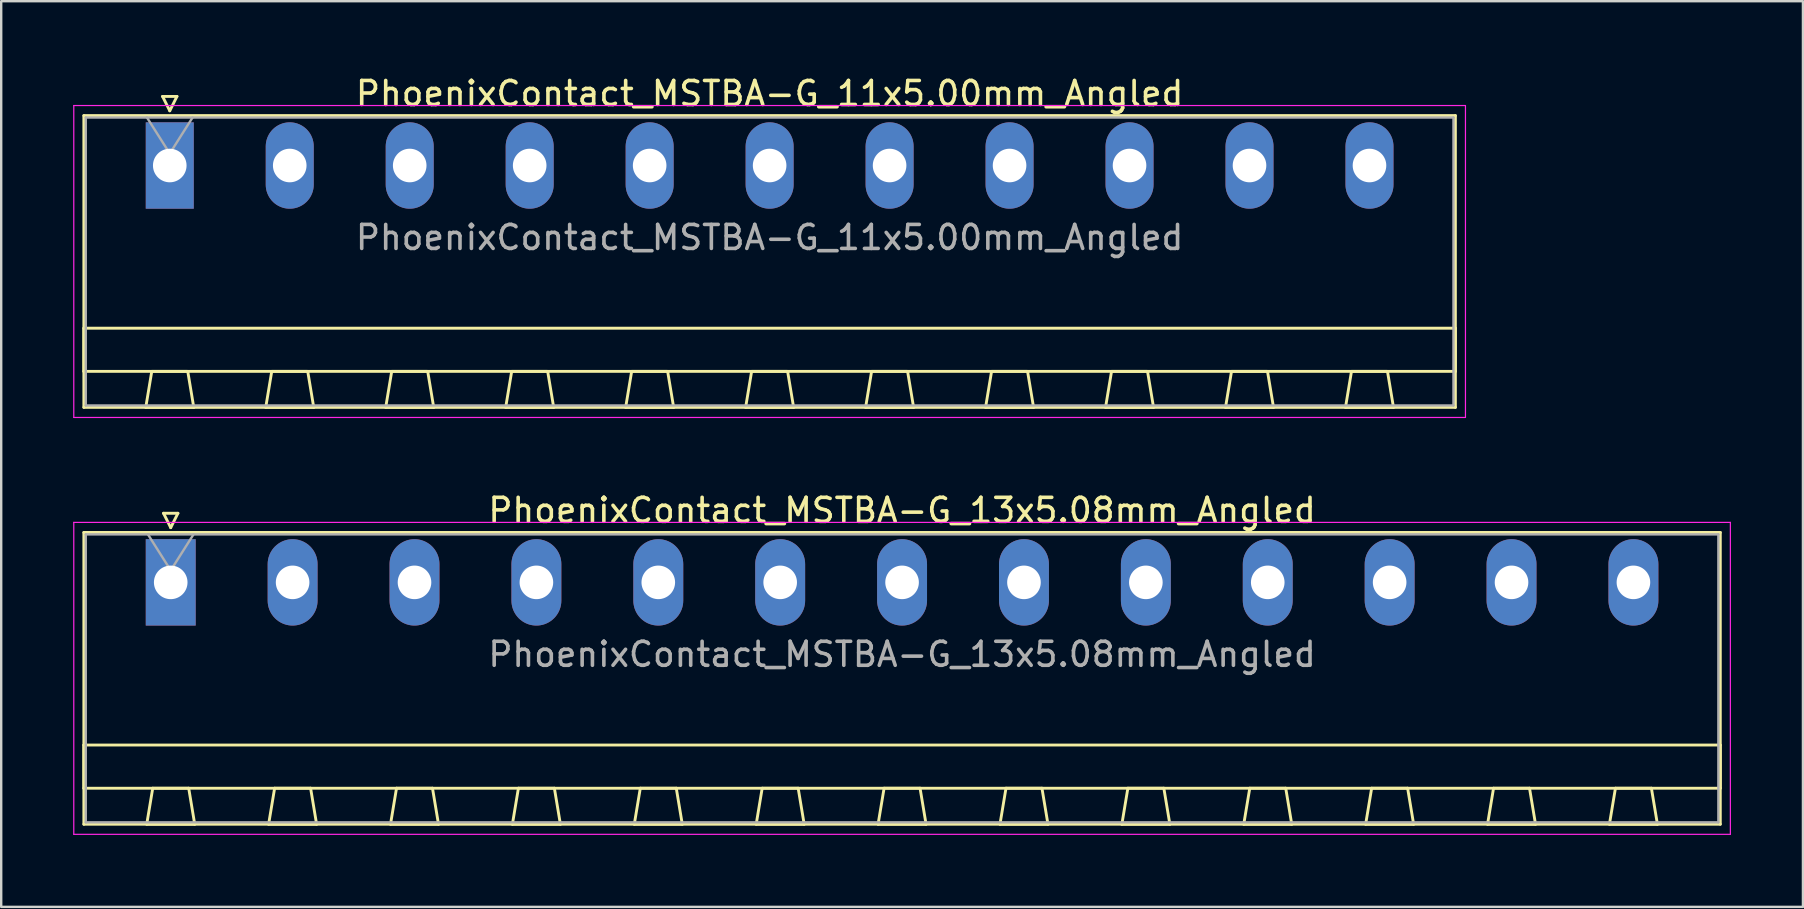
<source format=kicad_pcb>
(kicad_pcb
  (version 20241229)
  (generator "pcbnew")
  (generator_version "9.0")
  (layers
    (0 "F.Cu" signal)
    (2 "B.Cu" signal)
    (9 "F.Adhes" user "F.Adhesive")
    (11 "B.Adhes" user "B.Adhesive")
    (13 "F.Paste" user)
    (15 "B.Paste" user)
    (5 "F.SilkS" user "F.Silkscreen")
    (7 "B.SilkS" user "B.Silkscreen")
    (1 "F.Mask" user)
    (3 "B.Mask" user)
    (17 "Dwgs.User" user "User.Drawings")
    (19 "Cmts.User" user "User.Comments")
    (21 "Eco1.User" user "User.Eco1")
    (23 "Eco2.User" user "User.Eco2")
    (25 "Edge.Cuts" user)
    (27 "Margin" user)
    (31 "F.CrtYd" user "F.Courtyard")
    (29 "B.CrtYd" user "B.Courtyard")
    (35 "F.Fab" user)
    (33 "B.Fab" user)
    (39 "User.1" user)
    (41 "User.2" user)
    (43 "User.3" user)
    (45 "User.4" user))
  (footprint "PhoenixContact_MSTBA-G_13x5.08mm_Angled"
    (layer "F.Cu")
    (at 4.065 21.221)
    (property "Reference" "PhoenixContact_MSTBA-G_13x5.08mm_Angled" (at 30.48 -3 0) (layer "F.SilkS") (effects (font (size 1 1) (thickness 0.15))))
    (attr through_hole)
    (fp_line (start -3.62 -2.08) (end -3.62 10.08) (stroke (width 0.12) (type solid)) (layer "F.SilkS"))
    (fp_line (start -3.62 6.78) (end 64.58 6.78) (stroke (width 0.12) (type solid)) (layer "F.SilkS"))
    (fp_line (start -3.62 8.58) (end -3.62 6.78) (stroke (width 0.12) (type solid)) (layer "F.SilkS"))
    (fp_line (start -3.62 10.08) (end 64.58 10.08) (stroke (width 0.12) (type solid)) (layer "F.SilkS"))
    (fp_line (start -1 10.08) (end 1 10.08) (stroke (width 0.12) (type solid)) (layer "F.SilkS"))
    (fp_line (start -0.75 8.58) (end -1 10.08) (stroke (width 0.12) (type solid)) (layer "F.SilkS"))
    (fp_line (start -0.3 -2.88) (end 0.3 -2.88) (stroke (width 0.12) (type solid)) (layer "F.SilkS"))
    (fp_line (start 0 -2.28) (end -0.3 -2.88) (stroke (width 0.12) (type solid)) (layer "F.SilkS"))
    (fp_line (start 0.3 -2.88) (end 0 -2.28) (stroke (width 0.12) (type solid)) (layer "F.SilkS"))
    (fp_line (start 0.75 8.58) (end -0.75 8.58) (stroke (width 0.12) (type solid)) (layer "F.SilkS"))
    (fp_line (start 1 10.08) (end 0.75 8.58) (stroke (width 0.12) (type solid)) (layer "F.SilkS"))
    (fp_line (start 4.08 10.08) (end 6.08 10.08) (stroke (width 0.12) (type solid)) (layer "F.SilkS"))
    (fp_line (start 4.33 8.58) (end 4.08 10.08) (stroke (width 0.12) (type solid)) (layer "F.SilkS"))
    (fp_line (start 5.83 8.58) (end 4.33 8.58) (stroke (width 0.12) (type solid)) (layer "F.SilkS"))
    (fp_line (start 6.08 10.08) (end 5.83 8.58) (stroke (width 0.12) (type solid)) (layer "F.SilkS"))
    (fp_line (start 9.16 10.08) (end 11.16 10.08) (stroke (width 0.12) (type solid)) (layer "F.SilkS"))
    (fp_line (start 9.41 8.58) (end 9.16 10.08) (stroke (width 0.12) (type solid)) (layer "F.SilkS"))
    (fp_line (start 10.91 8.58) (end 9.41 8.58) (stroke (width 0.12) (type solid)) (layer "F.SilkS"))
    (fp_line (start 11.16 10.08) (end 10.91 8.58) (stroke (width 0.12) (type solid)) (layer "F.SilkS"))
    (fp_line (start 14.24 10.08) (end 16.24 10.08) (stroke (width 0.12) (type solid)) (layer "F.SilkS"))
    (fp_line (start 14.49 8.58) (end 14.24 10.08) (stroke (width 0.12) (type solid)) (layer "F.SilkS"))
    (fp_line (start 15.99 8.58) (end 14.49 8.58) (stroke (width 0.12) (type solid)) (layer "F.SilkS"))
    (fp_line (start 16.24 10.08) (end 15.99 8.58) (stroke (width 0.12) (type solid)) (layer "F.SilkS"))
    (fp_line (start 19.32 10.08) (end 21.32 10.08) (stroke (width 0.12) (type solid)) (layer "F.SilkS"))
    (fp_line (start 19.57 8.58) (end 19.32 10.08) (stroke (width 0.12) (type solid)) (layer "F.SilkS"))
    (fp_line (start 21.07 8.58) (end 19.57 8.58) (stroke (width 0.12) (type solid)) (layer "F.SilkS"))
    (fp_line (start 21.32 10.08) (end 21.07 8.58) (stroke (width 0.12) (type solid)) (layer "F.SilkS"))
    (fp_line (start 24.4 10.08) (end 26.4 10.08) (stroke (width 0.12) (type solid)) (layer "F.SilkS"))
    (fp_line (start 24.65 8.58) (end 24.4 10.08) (stroke (width 0.12) (type solid)) (layer "F.SilkS"))
    (fp_line (start 26.15 8.58) (end 24.65 8.58) (stroke (width 0.12) (type solid)) (layer "F.SilkS"))
    (fp_line (start 26.4 10.08) (end 26.15 8.58) (stroke (width 0.12) (type solid)) (layer "F.SilkS"))
    (fp_line (start 29.48 10.08) (end 31.48 10.08) (stroke (width 0.12) (type solid)) (layer "F.SilkS"))
    (fp_line (start 29.73 8.58) (end 29.48 10.08) (stroke (width 0.12) (type solid)) (layer "F.SilkS"))
    (fp_line (start 31.23 8.58) (end 29.73 8.58) (stroke (width 0.12) (type solid)) (layer "F.SilkS"))
    (fp_line (start 31.48 10.08) (end 31.23 8.58) (stroke (width 0.12) (type solid)) (layer "F.SilkS"))
    (fp_line (start 34.56 10.08) (end 36.56 10.08) (stroke (width 0.12) (type solid)) (layer "F.SilkS"))
    (fp_line (start 34.81 8.58) (end 34.56 10.08) (stroke (width 0.12) (type solid)) (layer "F.SilkS"))
    (fp_line (start 36.31 8.58) (end 34.81 8.58) (stroke (width 0.12) (type solid)) (layer "F.SilkS"))
    (fp_line (start 36.56 10.08) (end 36.31 8.58) (stroke (width 0.12) (type solid)) (layer "F.SilkS"))
    (fp_line (start 39.64 10.08) (end 41.64 10.08) (stroke (width 0.12) (type solid)) (layer "F.SilkS"))
    (fp_line (start 39.89 8.58) (end 39.64 10.08) (stroke (width 0.12) (type solid)) (layer "F.SilkS"))
    (fp_line (start 41.39 8.58) (end 39.89 8.58) (stroke (width 0.12) (type solid)) (layer "F.SilkS"))
    (fp_line (start 41.64 10.08) (end 41.39 8.58) (stroke (width 0.12) (type solid)) (layer "F.SilkS"))
    (fp_line (start 44.72 10.08) (end 46.72 10.08) (stroke (width 0.12) (type solid)) (layer "F.SilkS"))
    (fp_line (start 44.97 8.58) (end 44.72 10.08) (stroke (width 0.12) (type solid)) (layer "F.SilkS"))
    (fp_line (start 46.47 8.58) (end 44.97 8.58) (stroke (width 0.12) (type solid)) (layer "F.SilkS"))
    (fp_line (start 46.72 10.08) (end 46.47 8.58) (stroke (width 0.12) (type solid)) (layer "F.SilkS"))
    (fp_line (start 49.8 10.08) (end 51.8 10.08) (stroke (width 0.12) (type solid)) (layer "F.SilkS"))
    (fp_line (start 50.05 8.58) (end 49.8 10.08) (stroke (width 0.12) (type solid)) (layer "F.SilkS"))
    (fp_line (start 51.55 8.58) (end 50.05 8.58) (stroke (width 0.12) (type solid)) (layer "F.SilkS"))
    (fp_line (start 51.8 10.08) (end 51.55 8.58) (stroke (width 0.12) (type solid)) (layer "F.SilkS"))
    (fp_line (start 54.88 10.08) (end 56.88 10.08) (stroke (width 0.12) (type solid)) (layer "F.SilkS"))
    (fp_line (start 55.13 8.58) (end 54.88 10.08) (stroke (width 0.12) (type solid)) (layer "F.SilkS"))
    (fp_line (start 56.63 8.58) (end 55.13 8.58) (stroke (width 0.12) (type solid)) (layer "F.SilkS"))
    (fp_line (start 56.88 10.08) (end 56.63 8.58) (stroke (width 0.12) (type solid)) (layer "F.SilkS"))
    (fp_line (start 59.96 10.08) (end 61.96 10.08) (stroke (width 0.12) (type solid)) (layer "F.SilkS"))
    (fp_line (start 60.21 8.58) (end 59.96 10.08) (stroke (width 0.12) (type solid)) (layer "F.SilkS"))
    (fp_line (start 61.71 8.58) (end 60.21 8.58) (stroke (width 0.12) (type solid)) (layer "F.SilkS"))
    (fp_line (start 61.96 10.08) (end 61.71 8.58) (stroke (width 0.12) (type solid)) (layer "F.SilkS"))
    (fp_line (start 64.58 -2.08) (end -3.62 -2.08) (stroke (width 0.12) (type solid)) (layer "F.SilkS"))
    (fp_line (start 64.58 6.78) (end 64.58 8.58) (stroke (width 0.12) (type solid)) (layer "F.SilkS"))
    (fp_line (start 64.58 8.58) (end -3.62 8.58) (stroke (width 0.12) (type solid)) (layer "F.SilkS"))
    (fp_line (start 64.58 10.08) (end 64.58 -2.08) (stroke (width 0.12) (type solid)) (layer "F.SilkS"))
    (fp_line (start -4.04 -2.5) (end -4.04 10.5) (stroke (width 0.05) (type solid)) (layer "F.CrtYd"))
    (fp_line (start -4.04 10.5) (end 65 10.5) (stroke (width 0.05) (type solid)) (layer "F.CrtYd"))
    (fp_line (start 65 -2.5) (end -4.04 -2.5) (stroke (width 0.05) (type solid)) (layer "F.CrtYd"))
    (fp_line (start 65 10.5) (end 65 -2.5) (stroke (width 0.05) (type solid)) (layer "F.CrtYd"))
    (fp_line (start -3.54 -2) (end -3.54 10) (stroke (width 0.1) (type solid)) (layer "F.Fab"))
    (fp_line (start -3.54 10) (end 64.5 10) (stroke (width 0.1) (type solid)) (layer "F.Fab"))
    (fp_line (start 0 -0.5) (end -0.95 -2) (stroke (width 0.1) (type solid)) (layer "F.Fab"))
    (fp_line (start 0.95 -2) (end 0 -0.5) (stroke (width 0.1) (type solid)) (layer "F.Fab"))
    (fp_line (start 64.5 -2) (end -3.54 -2) (stroke (width 0.1) (type solid)) (layer "F.Fab"))
    (fp_line (start 64.5 10) (end 64.5 -2) (stroke (width 0.1) (type solid)) (layer "F.Fab"))
    (fp_text user "${REFERENCE}" (at 30.48 3 0) (layer "F.Fab") (effects (font (size 1 1) (thickness 0.15))))
    (pad "1" thru_hole rect (at 0 0) (size 2.08 3.6) (drill 1.4) (layers "*.Cu" "*.Mask"))
    (pad "2" thru_hole oval (at 5.08 0) (size 2.08 3.6) (drill 1.4) (layers "*.Cu" "*.Mask"))
    (pad "3" thru_hole oval (at 10.16 0) (size 2.08 3.6) (drill 1.4) (layers "*.Cu" "*.Mask"))
    (pad "4" thru_hole oval (at 15.24 0) (size 2.08 3.6) (drill 1.4) (layers "*.Cu" "*.Mask"))
    (pad "5" thru_hole oval (at 20.32 0) (size 2.08 3.6) (drill 1.4) (layers "*.Cu" "*.Mask"))
    (pad "6" thru_hole oval (at 25.4 0) (size 2.08 3.6) (drill 1.4) (layers "*.Cu" "*.Mask"))
    (pad "7" thru_hole oval (at 30.48 0) (size 2.08 3.6) (drill 1.4) (layers "*.Cu" "*.Mask"))
    (pad "8" thru_hole oval (at 35.56 0) (size 2.08 3.6) (drill 1.4) (layers "*.Cu" "*.Mask"))
    (pad "9" thru_hole oval (at 40.64 0) (size 2.08 3.6) (drill 1.4) (layers "*.Cu" "*.Mask"))
    (pad "10" thru_hole oval (at 45.72 0) (size 2.08 3.6) (drill 1.4) (layers "*.Cu" "*.Mask"))
    (pad "11" thru_hole oval (at 50.8 0) (size 2.08 3.6) (drill 1.4) (layers "*.Cu" "*.Mask"))
    (pad "12" thru_hole oval (at 55.88 0) (size 2.08 3.6) (drill 1.4) (layers "*.Cu" "*.Mask"))
    (pad "13" thru_hole oval (at 60.96 0) (size 2.08 3.6) (drill 1.4) (layers "*.Cu" "*.Mask")))
  (footprint "PhoenixContact_MSTBA-G_11x5.00mm_Angled"
    (layer "F.Cu")
    (at 4.025 3.848)
    (property "Reference" "PhoenixContact_MSTBA-G_11x5.00mm_Angled" (at 25 -3 0) (layer "F.SilkS") (effects (font (size 1 1) (thickness 0.15))))
    (attr through_hole)
    (fp_line (start -3.58 -2.08) (end -3.58 10.08) (stroke (width 0.12) (type solid)) (layer "F.SilkS"))
    (fp_line (start -3.58 6.78) (end 53.58 6.78) (stroke (width 0.12) (type solid)) (layer "F.SilkS"))
    (fp_line (start -3.58 8.58) (end -3.58 6.78) (stroke (width 0.12) (type solid)) (layer "F.SilkS"))
    (fp_line (start -3.58 10.08) (end 53.58 10.08) (stroke (width 0.12) (type solid)) (layer "F.SilkS"))
    (fp_line (start -1 10.08) (end 1 10.08) (stroke (width 0.12) (type solid)) (layer "F.SilkS"))
    (fp_line (start -0.75 8.58) (end -1 10.08) (stroke (width 0.12) (type solid)) (layer "F.SilkS"))
    (fp_line (start -0.3 -2.88) (end 0.3 -2.88) (stroke (width 0.12) (type solid)) (layer "F.SilkS"))
    (fp_line (start 0 -2.28) (end -0.3 -2.88) (stroke (width 0.12) (type solid)) (layer "F.SilkS"))
    (fp_line (start 0.3 -2.88) (end 0 -2.28) (stroke (width 0.12) (type solid)) (layer "F.SilkS"))
    (fp_line (start 0.75 8.58) (end -0.75 8.58) (stroke (width 0.12) (type solid)) (layer "F.SilkS"))
    (fp_line (start 1 10.08) (end 0.75 8.58) (stroke (width 0.12) (type solid)) (layer "F.SilkS"))
    (fp_line (start 4 10.08) (end 6 10.08) (stroke (width 0.12) (type solid)) (layer "F.SilkS"))
    (fp_line (start 4.25 8.58) (end 4 10.08) (stroke (width 0.12) (type solid)) (layer "F.SilkS"))
    (fp_line (start 5.75 8.58) (end 4.25 8.58) (stroke (width 0.12) (type solid)) (layer "F.SilkS"))
    (fp_line (start 6 10.08) (end 5.75 8.58) (stroke (width 0.12) (type solid)) (layer "F.SilkS"))
    (fp_line (start 9 10.08) (end 11 10.08) (stroke (width 0.12) (type solid)) (layer "F.SilkS"))
    (fp_line (start 9.25 8.58) (end 9 10.08) (stroke (width 0.12) (type solid)) (layer "F.SilkS"))
    (fp_line (start 10.75 8.58) (end 9.25 8.58) (stroke (width 0.12) (type solid)) (layer "F.SilkS"))
    (fp_line (start 11 10.08) (end 10.75 8.58) (stroke (width 0.12) (type solid)) (layer "F.SilkS"))
    (fp_line (start 14 10.08) (end 16 10.08) (stroke (width 0.12) (type solid)) (layer "F.SilkS"))
    (fp_line (start 14.25 8.58) (end 14 10.08) (stroke (width 0.12) (type solid)) (layer "F.SilkS"))
    (fp_line (start 15.75 8.58) (end 14.25 8.58) (stroke (width 0.12) (type solid)) (layer "F.SilkS"))
    (fp_line (start 16 10.08) (end 15.75 8.58) (stroke (width 0.12) (type solid)) (layer "F.SilkS"))
    (fp_line (start 19 10.08) (end 21 10.08) (stroke (width 0.12) (type solid)) (layer "F.SilkS"))
    (fp_line (start 19.25 8.58) (end 19 10.08) (stroke (width 0.12) (type solid)) (layer "F.SilkS"))
    (fp_line (start 20.75 8.58) (end 19.25 8.58) (stroke (width 0.12) (type solid)) (layer "F.SilkS"))
    (fp_line (start 21 10.08) (end 20.75 8.58) (stroke (width 0.12) (type solid)) (layer "F.SilkS"))
    (fp_line (start 24 10.08) (end 26 10.08) (stroke (width 0.12) (type solid)) (layer "F.SilkS"))
    (fp_line (start 24.25 8.58) (end 24 10.08) (stroke (width 0.12) (type solid)) (layer "F.SilkS"))
    (fp_line (start 25.75 8.58) (end 24.25 8.58) (stroke (width 0.12) (type solid)) (layer "F.SilkS"))
    (fp_line (start 26 10.08) (end 25.75 8.58) (stroke (width 0.12) (type solid)) (layer "F.SilkS"))
    (fp_line (start 29 10.08) (end 31 10.08) (stroke (width 0.12) (type solid)) (layer "F.SilkS"))
    (fp_line (start 29.25 8.58) (end 29 10.08) (stroke (width 0.12) (type solid)) (layer "F.SilkS"))
    (fp_line (start 30.75 8.58) (end 29.25 8.58) (stroke (width 0.12) (type solid)) (layer "F.SilkS"))
    (fp_line (start 31 10.08) (end 30.75 8.58) (stroke (width 0.12) (type solid)) (layer "F.SilkS"))
    (fp_line (start 34 10.08) (end 36 10.08) (stroke (width 0.12) (type solid)) (layer "F.SilkS"))
    (fp_line (start 34.25 8.58) (end 34 10.08) (stroke (width 0.12) (type solid)) (layer "F.SilkS"))
    (fp_line (start 35.75 8.58) (end 34.25 8.58) (stroke (width 0.12) (type solid)) (layer "F.SilkS"))
    (fp_line (start 36 10.08) (end 35.75 8.58) (stroke (width 0.12) (type solid)) (layer "F.SilkS"))
    (fp_line (start 39 10.08) (end 41 10.08) (stroke (width 0.12) (type solid)) (layer "F.SilkS"))
    (fp_line (start 39.25 8.58) (end 39 10.08) (stroke (width 0.12) (type solid)) (layer "F.SilkS"))
    (fp_line (start 40.75 8.58) (end 39.25 8.58) (stroke (width 0.12) (type solid)) (layer "F.SilkS"))
    (fp_line (start 41 10.08) (end 40.75 8.58) (stroke (width 0.12) (type solid)) (layer "F.SilkS"))
    (fp_line (start 44 10.08) (end 46 10.08) (stroke (width 0.12) (type solid)) (layer "F.SilkS"))
    (fp_line (start 44.25 8.58) (end 44 10.08) (stroke (width 0.12) (type solid)) (layer "F.SilkS"))
    (fp_line (start 45.75 8.58) (end 44.25 8.58) (stroke (width 0.12) (type solid)) (layer "F.SilkS"))
    (fp_line (start 46 10.08) (end 45.75 8.58) (stroke (width 0.12) (type solid)) (layer "F.SilkS"))
    (fp_line (start 49 10.08) (end 51 10.08) (stroke (width 0.12) (type solid)) (layer "F.SilkS"))
    (fp_line (start 49.25 8.58) (end 49 10.08) (stroke (width 0.12) (type solid)) (layer "F.SilkS"))
    (fp_line (start 50.75 8.58) (end 49.25 8.58) (stroke (width 0.12) (type solid)) (layer "F.SilkS"))
    (fp_line (start 51 10.08) (end 50.75 8.58) (stroke (width 0.12) (type solid)) (layer "F.SilkS"))
    (fp_line (start 53.58 -2.08) (end -3.58 -2.08) (stroke (width 0.12) (type solid)) (layer "F.SilkS"))
    (fp_line (start 53.58 6.78) (end 53.58 8.58) (stroke (width 0.12) (type solid)) (layer "F.SilkS"))
    (fp_line (start 53.58 8.58) (end -3.58 8.58) (stroke (width 0.12) (type solid)) (layer "F.SilkS"))
    (fp_line (start 53.58 10.08) (end 53.58 -2.08) (stroke (width 0.12) (type solid)) (layer "F.SilkS"))
    (fp_line (start -4 -2.5) (end -4 10.5) (stroke (width 0.05) (type solid)) (layer "F.CrtYd"))
    (fp_line (start -4 10.5) (end 54 10.5) (stroke (width 0.05) (type solid)) (layer "F.CrtYd"))
    (fp_line (start 54 -2.5) (end -4 -2.5) (stroke (width 0.05) (type solid)) (layer "F.CrtYd"))
    (fp_line (start 54 10.5) (end 54 -2.5) (stroke (width 0.05) (type solid)) (layer "F.CrtYd"))
    (fp_line (start -3.5 -2) (end -3.5 10) (stroke (width 0.1) (type solid)) (layer "F.Fab"))
    (fp_line (start -3.5 10) (end 53.5 10) (stroke (width 0.1) (type solid)) (layer "F.Fab"))
    (fp_line (start 0 -0.5) (end -0.95 -2) (stroke (width 0.1) (type solid)) (layer "F.Fab"))
    (fp_line (start 0.95 -2) (end 0 -0.5) (stroke (width 0.1) (type solid)) (layer "F.Fab"))
    (fp_line (start 53.5 -2) (end -3.5 -2) (stroke (width 0.1) (type solid)) (layer "F.Fab"))
    (fp_line (start 53.5 10) (end 53.5 -2) (stroke (width 0.1) (type solid)) (layer "F.Fab"))
    (fp_text user "${REFERENCE}" (at 25 3 0) (layer "F.Fab") (effects (font (size 1 1) (thickness 0.15))))
    (pad "1" thru_hole rect (at 0 0) (size 2 3.6) (drill 1.4) (layers "*.Cu" "*.Mask"))
    (pad "2" thru_hole oval (at 5 0) (size 2 3.6) (drill 1.4) (layers "*.Cu" "*.Mask"))
    (pad "3" thru_hole oval (at 10 0) (size 2 3.6) (drill 1.4) (layers "*.Cu" "*.Mask"))
    (pad "4" thru_hole oval (at 15 0) (size 2 3.6) (drill 1.4) (layers "*.Cu" "*.Mask"))
    (pad "5" thru_hole oval (at 20 0) (size 2 3.6) (drill 1.4) (layers "*.Cu" "*.Mask"))
    (pad "6" thru_hole oval (at 25 0) (size 2 3.6) (drill 1.4) (layers "*.Cu" "*.Mask"))
    (pad "7" thru_hole oval (at 30 0) (size 2 3.6) (drill 1.4) (layers "*.Cu" "*.Mask"))
    (pad "8" thru_hole oval (at 35 0) (size 2 3.6) (drill 1.4) (layers "*.Cu" "*.Mask"))
    (pad "9" thru_hole oval (at 40 0) (size 2 3.6) (drill 1.4) (layers "*.Cu" "*.Mask"))
    (pad "10" thru_hole oval (at 45 0) (size 2 3.6) (drill 1.4) (layers "*.Cu" "*.Mask"))
    (pad "11" thru_hole oval (at 50 0) (size 2 3.6) (drill 1.4) (layers "*.Cu" "*.Mask")))
  (gr_rect
    (start -3 -3)
    (end 72.09 34.746)
    (stroke (width 0.1) (type default))
    (fill no)
    (layer "Edge.Cuts")))
</source>
